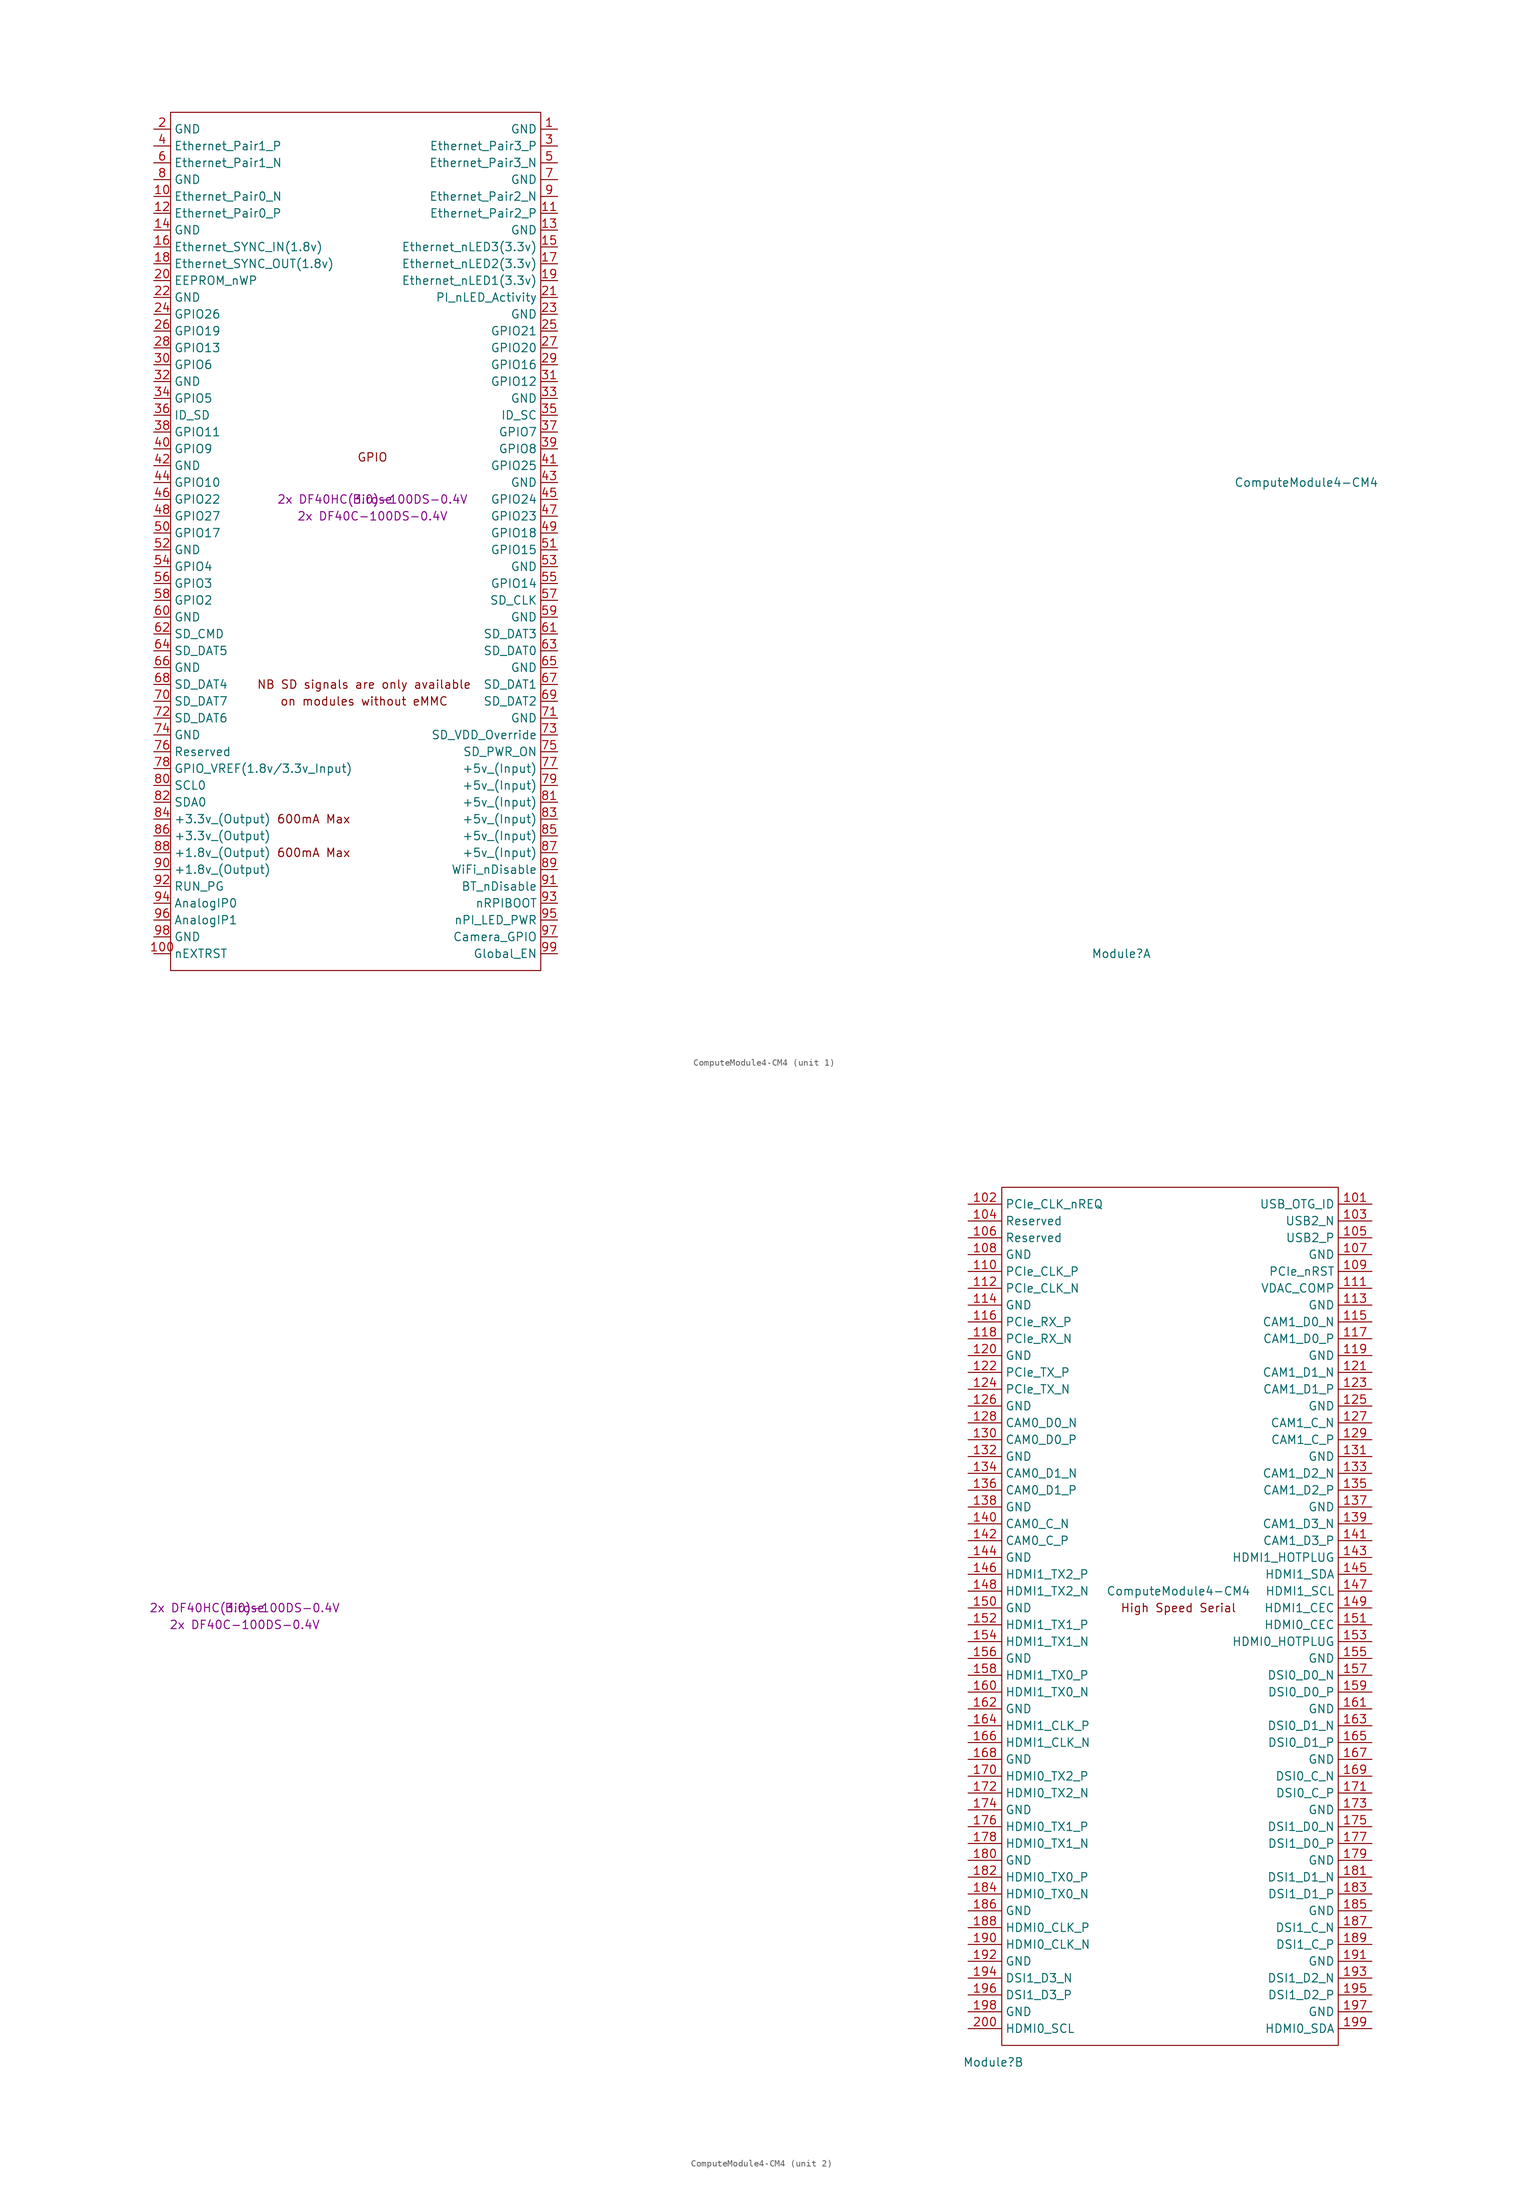
<source format=kicad_sym>
(kicad_symbol_lib
  (version 20241209)
  (generator "kicad_symbol_editor")
  (generator_version "9.0")
  (symbol "ComputeModule4-CM4"
    (property "Reference" "Module"
      (at 113.03 -68.58 0)
      (effects (font (size 1.27 1.27))))
    (property "Value" "ComputeModule4-CM4"
      (at 140.97 2.54 0)
      (effects (font (size 1.27 1.27))))
    (property "Manufacturer" "Hirose"
      (at 0 0 0)
      (effects (font (size 1.27 1.27))))
    (property "MPN" "2x DF40C-100DS-0.4V"
      (at 0 -2.54 0)
      (effects (font (size 1.27 1.27))))
    (property "MPN (Alt)" "2x DF40HC(3.0)-100DS-0.4V"
      (at 0 0 0)
      (effects (font (size 1.27 1.27))))
    (symbol "ComputeModule4-CM4_1_0"
      (text "GPIO" (at 0 6.35 0) (effects (font (size 1.27 1.27)))))
    (symbol "ComputeModule4-CM4_1_1"
      (rectangle (start -30.48 -71.12) (end 25.4 58.42) (stroke (width 0) (type default)) (fill (type none)))
      (text "600mA Max" (at -8.89 -48.26 0) (effects (font (size 1.27 1.27))))
      (text "600mA Max" (at -8.89 -53.34 0) (effects (font (size 1.27 1.27))))
      (text "NB SD signals are only available" (at -1.27 -27.94 0) (effects (font (size 1.27 1.27))))
      (text "on modules without eMMC" (at -1.27 -30.48 0) (effects (font (size 1.27 1.27))))
      (pin power_in line (at -33.02 55.88 0) (length 2.54) (name "GND" (effects (font (size 1.27 1.27)))) (number "2" (effects (font (size 1.27 1.27)))))
      (pin passive line (at -33.02 53.34 0) (length 2.54) (name "Ethernet_Pair1_P" (effects (font (size 1.27 1.27)))) (number "4" (effects (font (size 1.27 1.27)))))
      (pin passive line (at -33.02 50.8 0) (length 2.54) (name "Ethernet_Pair1_N" (effects (font (size 1.27 1.27)))) (number "6" (effects (font (size 1.27 1.27)))))
      (pin power_in line (at -33.02 48.26 0) (length 2.54) (name "GND" (effects (font (size 1.27 1.27)))) (number "8" (effects (font (size 1.27 1.27)))))
      (pin passive line (at -33.02 45.72 0) (length 2.54) (name "Ethernet_Pair0_N" (effects (font (size 1.27 1.27)))) (number "10" (effects (font (size 1.27 1.27)))))
      (pin passive line (at -33.02 43.18 0) (length 2.54) (name "Ethernet_Pair0_P" (effects (font (size 1.27 1.27)))) (number "12" (effects (font (size 1.27 1.27)))))
      (pin power_in line (at -33.02 40.64 0) (length 2.54) (name "GND" (effects (font (size 1.27 1.27)))) (number "14" (effects (font (size 1.27 1.27)))))
      (pin input line (at -33.02 38.1 0) (length 2.54) (name "Ethernet_SYNC_IN(1.8v)" (effects (font (size 1.27 1.27)))) (number "16" (effects (font (size 1.27 1.27)))))
      (pin input line (at -33.02 35.56 0) (length 2.54) (name "Ethernet_SYNC_OUT(1.8v)" (effects (font (size 1.27 1.27)))) (number "18" (effects (font (size 1.27 1.27)))))
      (pin passive line (at -33.02 33.02 0) (length 2.54) (name "EEPROM_nWP" (effects (font (size 1.27 1.27)))) (number "20" (effects (font (size 1.27 1.27)))))
      (pin power_in line (at -33.02 30.48 0) (length 2.54) (name "GND" (effects (font (size 1.27 1.27)))) (number "22" (effects (font (size 1.27 1.27)))))
      (pin passive line (at -33.02 27.94 0) (length 2.54) (name "GPIO26" (effects (font (size 1.27 1.27)))) (number "24" (effects (font (size 1.27 1.27)))))
      (pin passive line (at -33.02 25.4 0) (length 2.54) (name "GPIO19" (effects (font (size 1.27 1.27)))) (number "26" (effects (font (size 1.27 1.27)))))
      (pin passive line (at -33.02 22.86 0) (length 2.54) (name "GPIO13" (effects (font (size 1.27 1.27)))) (number "28" (effects (font (size 1.27 1.27)))))
      (pin passive line (at -33.02 20.32 0) (length 2.54) (name "GPIO6" (effects (font (size 1.27 1.27)))) (number "30" (effects (font (size 1.27 1.27)))))
      (pin power_in line (at -33.02 17.78 0) (length 2.54) (name "GND" (effects (font (size 1.27 1.27)))) (number "32" (effects (font (size 1.27 1.27)))))
      (pin passive line (at -33.02 15.24 0) (length 2.54) (name "GPIO5" (effects (font (size 1.27 1.27)))) (number "34" (effects (font (size 1.27 1.27)))))
      (pin passive line (at -33.02 12.7 0) (length 2.54) (name "ID_SD" (effects (font (size 1.27 1.27)))) (number "36" (effects (font (size 1.27 1.27)))))
      (pin passive line (at -33.02 10.16 0) (length 2.54) (name "GPIO11" (effects (font (size 1.27 1.27)))) (number "38" (effects (font (size 1.27 1.27)))))
      (pin passive line (at -33.02 7.62 0) (length 2.54) (name "GPIO9" (effects (font (size 1.27 1.27)))) (number "40" (effects (font (size 1.27 1.27)))))
      (pin power_in line (at -33.02 5.08 0) (length 2.54) (name "GND" (effects (font (size 1.27 1.27)))) (number "42" (effects (font (size 1.27 1.27)))))
      (pin passive line (at -33.02 2.54 0) (length 2.54) (name "GPIO10" (effects (font (size 1.27 1.27)))) (number "44" (effects (font (size 1.27 1.27)))))
      (pin passive line (at -33.02 0 0) (length 2.54) (name "GPIO22" (effects (font (size 1.27 1.27)))) (number "46" (effects (font (size 1.27 1.27)))))
      (pin passive line (at -33.02 -2.54 0) (length 2.54) (name "GPIO27" (effects (font (size 1.27 1.27)))) (number "48" (effects (font (size 1.27 1.27)))))
      (pin passive line (at -33.02 -5.08 0) (length 2.54) (name "GPIO17" (effects (font (size 1.27 1.27)))) (number "50" (effects (font (size 1.27 1.27)))))
      (pin power_in line (at -33.02 -7.62 0) (length 2.54) (name "GND" (effects (font (size 1.27 1.27)))) (number "52" (effects (font (size 1.27 1.27)))))
      (pin passive line (at -33.02 -10.16 0) (length 2.54) (name "GPIO4" (effects (font (size 1.27 1.27)))) (number "54" (effects (font (size 1.27 1.27)))))
      (pin passive line (at -33.02 -12.7 0) (length 2.54) (name "GPIO3" (effects (font (size 1.27 1.27)))) (number "56" (effects (font (size 1.27 1.27)))))
      (pin passive line (at -33.02 -15.24 0) (length 2.54) (name "GPIO2" (effects (font (size 1.27 1.27)))) (number "58" (effects (font (size 1.27 1.27)))))
      (pin power_in line (at -33.02 -17.78 0) (length 2.54) (name "GND" (effects (font (size 1.27 1.27)))) (number "60" (effects (font (size 1.27 1.27)))))
      (pin passive line (at -33.02 -20.32 0) (length 2.54) (name "SD_CMD" (effects (font (size 1.27 1.27)))) (number "62" (effects (font (size 1.27 1.27)))))
      (pin passive line (at -33.02 -22.86 0) (length 2.54) (name "SD_DAT5" (effects (font (size 1.27 1.27)))) (number "64" (effects (font (size 1.27 1.27)))))
      (pin power_in line (at -33.02 -25.4 0) (length 2.54) (name "GND" (effects (font (size 1.27 1.27)))) (number "66" (effects (font (size 1.27 1.27)))))
      (pin passive line (at -33.02 -27.94 0) (length 2.54) (name "SD_DAT4" (effects (font (size 1.27 1.27)))) (number "68" (effects (font (size 1.27 1.27)))))
      (pin passive line (at -33.02 -30.48 0) (length 2.54) (name "SD_DAT7" (effects (font (size 1.27 1.27)))) (number "70" (effects (font (size 1.27 1.27)))))
      (pin passive line (at -33.02 -33.02 0) (length 2.54) (name "SD_DAT6" (effects (font (size 1.27 1.27)))) (number "72" (effects (font (size 1.27 1.27)))))
      (pin power_in line (at -33.02 -35.56 0) (length 2.54) (name "GND" (effects (font (size 1.27 1.27)))) (number "74" (effects (font (size 1.27 1.27)))))
      (pin passive line (at -33.02 -38.1 0) (length 2.54) (name "Reserved" (effects (font (size 1.27 1.27)))) (number "76" (effects (font (size 1.27 1.27)))))
      (pin power_in line (at -33.02 -40.64 0) (length 2.54) (name "GPIO_VREF(1.8v/3.3v_Input)" (effects (font (size 1.27 1.27)))) (number "78" (effects (font (size 1.27 1.27)))))
      (pin passive line (at -33.02 -43.18 0) (length 2.54) (name "SCL0" (effects (font (size 1.27 1.27)))) (number "80" (effects (font (size 1.27 1.27)))))
      (pin passive line (at -33.02 -45.72 0) (length 2.54) (name "SDA0" (effects (font (size 1.27 1.27)))) (number "82" (effects (font (size 1.27 1.27)))))
      (pin power_out line (at -33.02 -48.26 0) (length 2.54) (name "+3.3v_(Output)" (effects (font (size 1.27 1.27)))) (number "84" (effects (font (size 1.27 1.27)))))
      (pin power_out line (at -33.02 -50.8 0) (length 2.54) (name "+3.3v_(Output)" (effects (font (size 1.27 1.27)))) (number "86" (effects (font (size 1.27 1.27)))))
      (pin power_out line (at -33.02 -53.34 0) (length 2.54) (name "+1.8v_(Output)" (effects (font (size 1.27 1.27)))) (number "88" (effects (font (size 1.27 1.27)))))
      (pin power_out line (at -33.02 -55.88 0) (length 2.54) (name "+1.8v_(Output)" (effects (font (size 1.27 1.27)))) (number "90" (effects (font (size 1.27 1.27)))))
      (pin passive line (at -33.02 -58.42 0) (length 2.54) (name "RUN_PG" (effects (font (size 1.27 1.27)))) (number "92" (effects (font (size 1.27 1.27)))))
      (pin passive line (at -33.02 -60.96 0) (length 2.54) (name "AnalogIP0" (effects (font (size 1.27 1.27)))) (number "94" (effects (font (size 1.27 1.27)))))
      (pin passive line (at -33.02 -63.5 0) (length 2.54) (name "AnalogIP1" (effects (font (size 1.27 1.27)))) (number "96" (effects (font (size 1.27 1.27)))))
      (pin power_in line (at -33.02 -66.04 0) (length 2.54) (name "GND" (effects (font (size 1.27 1.27)))) (number "98" (effects (font (size 1.27 1.27)))))
      (pin output line (at -33.02 -68.58 0) (length 2.54) (name "nEXTRST" (effects (font (size 1.27 1.27)))) (number "100" (effects (font (size 1.27 1.27)))))
      (pin power_in line (at 27.94 55.88 180) (length 2.54) (name "GND" (effects (font (size 1.27 1.27)))) (number "1" (effects (font (size 1.27 1.27)))))
      (pin passive line (at 27.94 53.34 180) (length 2.54) (name "Ethernet_Pair3_P" (effects (font (size 1.27 1.27)))) (number "3" (effects (font (size 1.27 1.27)))))
      (pin passive line (at 27.94 50.8 180) (length 2.54) (name "Ethernet_Pair3_N" (effects (font (size 1.27 1.27)))) (number "5" (effects (font (size 1.27 1.27)))))
      (pin power_in line (at 27.94 48.26 180) (length 2.54) (name "GND" (effects (font (size 1.27 1.27)))) (number "7" (effects (font (size 1.27 1.27)))))
      (pin passive line (at 27.94 45.72 180) (length 2.54) (name "Ethernet_Pair2_N" (effects (font (size 1.27 1.27)))) (number "9" (effects (font (size 1.27 1.27)))))
      (pin passive line (at 27.94 43.18 180) (length 2.54) (name "Ethernet_Pair2_P" (effects (font (size 1.27 1.27)))) (number "11" (effects (font (size 1.27 1.27)))))
      (pin power_in line (at 27.94 40.64 180) (length 2.54) (name "GND" (effects (font (size 1.27 1.27)))) (number "13" (effects (font (size 1.27 1.27)))))
      (pin output line (at 27.94 38.1 180) (length 2.54) (name "Ethernet_nLED3(3.3v)" (effects (font (size 1.27 1.27)))) (number "15" (effects (font (size 1.27 1.27)))))
      (pin output line (at 27.94 35.56 180) (length 2.54) (name "Ethernet_nLED2(3.3v)" (effects (font (size 1.27 1.27)))) (number "17" (effects (font (size 1.27 1.27)))))
      (pin output line (at 27.94 33.02 180) (length 2.54) (name "Ethernet_nLED1(3.3v)" (effects (font (size 1.27 1.27)))) (number "19" (effects (font (size 1.27 1.27)))))
      (pin open_collector line (at 27.94 30.48 180) (length 2.54) (name "PI_nLED_Activity" (effects (font (size 1.27 1.27)))) (number "21" (effects (font (size 1.27 1.27)))))
      (pin power_in line (at 27.94 27.94 180) (length 2.54) (name "GND" (effects (font (size 1.27 1.27)))) (number "23" (effects (font (size 1.27 1.27)))))
      (pin passive line (at 27.94 25.4 180) (length 2.54) (name "GPIO21" (effects (font (size 1.27 1.27)))) (number "25" (effects (font (size 1.27 1.27)))))
      (pin passive line (at 27.94 22.86 180) (length 2.54) (name "GPIO20" (effects (font (size 1.27 1.27)))) (number "27" (effects (font (size 1.27 1.27)))))
      (pin passive line (at 27.94 20.32 180) (length 2.54) (name "GPIO16" (effects (font (size 1.27 1.27)))) (number "29" (effects (font (size 1.27 1.27)))))
      (pin passive line (at 27.94 17.78 180) (length 2.54) (name "GPIO12" (effects (font (size 1.27 1.27)))) (number "31" (effects (font (size 1.27 1.27)))))
      (pin power_in line (at 27.94 15.24 180) (length 2.54) (name "GND" (effects (font (size 1.27 1.27)))) (number "33" (effects (font (size 1.27 1.27)))))
      (pin passive line (at 27.94 12.7 180) (length 2.54) (name "ID_SC" (effects (font (size 1.27 1.27)))) (number "35" (effects (font (size 1.27 1.27)))))
      (pin passive line (at 27.94 10.16 180) (length 2.54) (name "GPIO7" (effects (font (size 1.27 1.27)))) (number "37" (effects (font (size 1.27 1.27)))))
      (pin passive line (at 27.94 7.62 180) (length 2.54) (name "GPIO8" (effects (font (size 1.27 1.27)))) (number "39" (effects (font (size 1.27 1.27)))))
      (pin passive line (at 27.94 5.08 180) (length 2.54) (name "GPIO25" (effects (font (size 1.27 1.27)))) (number "41" (effects (font (size 1.27 1.27)))))
      (pin power_in line (at 27.94 2.54 180) (length 2.54) (name "GND" (effects (font (size 1.27 1.27)))) (number "43" (effects (font (size 1.27 1.27)))))
      (pin passive line (at 27.94 0 180) (length 2.54) (name "GPIO24" (effects (font (size 1.27 1.27)))) (number "45" (effects (font (size 1.27 1.27)))))
      (pin passive line (at 27.94 -2.54 180) (length 2.54) (name "GPIO23" (effects (font (size 1.27 1.27)))) (number "47" (effects (font (size 1.27 1.27)))))
      (pin passive line (at 27.94 -5.08 180) (length 2.54) (name "GPIO18" (effects (font (size 1.27 1.27)))) (number "49" (effects (font (size 1.27 1.27)))))
      (pin passive line (at 27.94 -7.62 180) (length 2.54) (name "GPIO15" (effects (font (size 1.27 1.27)))) (number "51" (effects (font (size 1.27 1.27)))))
      (pin power_in line (at 27.94 -10.16 180) (length 2.54) (name "GND" (effects (font (size 1.27 1.27)))) (number "53" (effects (font (size 1.27 1.27)))))
      (pin passive line (at 27.94 -12.7 180) (length 2.54) (name "GPIO14" (effects (font (size 1.27 1.27)))) (number "55" (effects (font (size 1.27 1.27)))))
      (pin passive line (at 27.94 -15.24 180) (length 2.54) (name "SD_CLK" (effects (font (size 1.27 1.27)))) (number "57" (effects (font (size 1.27 1.27)))))
      (pin power_in line (at 27.94 -17.78 180) (length 2.54) (name "GND" (effects (font (size 1.27 1.27)))) (number "59" (effects (font (size 1.27 1.27)))))
      (pin passive line (at 27.94 -20.32 180) (length 2.54) (name "SD_DAT3" (effects (font (size 1.27 1.27)))) (number "61" (effects (font (size 1.27 1.27)))))
      (pin passive line (at 27.94 -22.86 180) (length 2.54) (name "SD_DAT0" (effects (font (size 1.27 1.27)))) (number "63" (effects (font (size 1.27 1.27)))))
      (pin power_in line (at 27.94 -25.4 180) (length 2.54) (name "GND" (effects (font (size 1.27 1.27)))) (number "65" (effects (font (size 1.27 1.27)))))
      (pin passive line (at 27.94 -27.94 180) (length 2.54) (name "SD_DAT1" (effects (font (size 1.27 1.27)))) (number "67" (effects (font (size 1.27 1.27)))))
      (pin passive line (at 27.94 -30.48 180) (length 2.54) (name "SD_DAT2" (effects (font (size 1.27 1.27)))) (number "69" (effects (font (size 1.27 1.27)))))
      (pin power_in line (at 27.94 -33.02 180) (length 2.54) (name "GND" (effects (font (size 1.27 1.27)))) (number "71" (effects (font (size 1.27 1.27)))))
      (pin input line (at 27.94 -35.56 180) (length 2.54) (name "SD_VDD_Override" (effects (font (size 1.27 1.27)))) (number "73" (effects (font (size 1.27 1.27)))))
      (pin output line (at 27.94 -38.1 180) (length 2.54) (name "SD_PWR_ON" (effects (font (size 1.27 1.27)))) (number "75" (effects (font (size 1.27 1.27)))))
      (pin power_in line (at 27.94 -40.64 180) (length 2.54) (name "+5v_(Input)" (effects (font (size 1.27 1.27)))) (number "77" (effects (font (size 1.27 1.27)))))
      (pin power_in line (at 27.94 -43.18 180) (length 2.54) (name "+5v_(Input)" (effects (font (size 1.27 1.27)))) (number "79" (effects (font (size 1.27 1.27)))))
      (pin power_in line (at 27.94 -45.72 180) (length 2.54) (name "+5v_(Input)" (effects (font (size 1.27 1.27)))) (number "81" (effects (font (size 1.27 1.27)))))
      (pin power_in line (at 27.94 -48.26 180) (length 2.54) (name "+5v_(Input)" (effects (font (size 1.27 1.27)))) (number "83" (effects (font (size 1.27 1.27)))))
      (pin power_in line (at 27.94 -50.8 180) (length 2.54) (name "+5v_(Input)" (effects (font (size 1.27 1.27)))) (number "85" (effects (font (size 1.27 1.27)))))
      (pin power_in line (at 27.94 -53.34 180) (length 2.54) (name "+5v_(Input)" (effects (font (size 1.27 1.27)))) (number "87" (effects (font (size 1.27 1.27)))))
      (pin power_in line (at 27.94 -55.88 180) (length 2.54) (name "WiFi_nDisable" (effects (font (size 1.27 1.27)))) (number "89" (effects (font (size 1.27 1.27)))))
      (pin power_in line (at 27.94 -58.42 180) (length 2.54) (name "BT_nDisable" (effects (font (size 1.27 1.27)))) (number "91" (effects (font (size 1.27 1.27)))))
      (pin input line (at 27.94 -60.96 180) (length 2.54) (name "nRPIBOOT" (effects (font (size 1.27 1.27)))) (number "93" (effects (font (size 1.27 1.27)))))
      (pin output line (at 27.94 -63.5 180) (length 2.54) (name "nPI_LED_PWR" (effects (font (size 1.27 1.27)))) (number "95" (effects (font (size 1.27 1.27)))))
      (pin passive line (at 27.94 -66.04 180) (length 2.54) (name "Camera_GPIO" (effects (font (size 1.27 1.27)))) (number "97" (effects (font (size 1.27 1.27)))))
      (pin input line (at 27.94 -68.58 180) (length 2.54) (name "Global_EN" (effects (font (size 1.27 1.27)))) (number "99" (effects (font (size 1.27 1.27))))))
    (symbol "ComputeModule4-CM4_2_1"
      (rectangle (start 114.3 -66.04) (end 165.1 63.5) (stroke (width 0) (type default)) (fill (type none)))
      (text "High Speed Serial" (at 140.97 0 0) (effects (font (size 1.27 1.27))))
      (pin input line (at 109.22 60.96 0) (length 5.08) (name "PCIe_CLK_nREQ" (effects (font (size 1.27 1.27)))) (number "102" (effects (font (size 1.27 1.27)))))
      (pin passive line (at 109.22 58.42 0) (length 5.08) (name "Reserved" (effects (font (size 1.27 1.27)))) (number "104" (effects (font (size 1.27 1.27)))))
      (pin passive line (at 109.22 55.88 0) (length 5.08) (name "Reserved" (effects (font (size 1.27 1.27)))) (number "106" (effects (font (size 1.27 1.27)))))
      (pin power_in line (at 109.22 53.34 0) (length 5.08) (name "GND" (effects (font (size 1.27 1.27)))) (number "108" (effects (font (size 1.27 1.27)))))
      (pin output line (at 109.22 50.8 0) (length 5.08) (name "PCIe_CLK_P" (effects (font (size 1.27 1.27)))) (number "110" (effects (font (size 1.27 1.27)))))
      (pin output line (at 109.22 48.26 0) (length 5.08) (name "PCIe_CLK_N" (effects (font (size 1.27 1.27)))) (number "112" (effects (font (size 1.27 1.27)))))
      (pin power_in line (at 109.22 45.72 0) (length 5.08) (name "GND" (effects (font (size 1.27 1.27)))) (number "114" (effects (font (size 1.27 1.27)))))
      (pin input line (at 109.22 43.18 0) (length 5.08) (name "PCIe_RX_P" (effects (font (size 1.27 1.27)))) (number "116" (effects (font (size 1.27 1.27)))))
      (pin input line (at 109.22 40.64 0) (length 5.08) (name "PCIe_RX_N" (effects (font (size 1.27 1.27)))) (number "118" (effects (font (size 1.27 1.27)))))
      (pin power_in line (at 109.22 38.1 0) (length 5.08) (name "GND" (effects (font (size 1.27 1.27)))) (number "120" (effects (font (size 1.27 1.27)))))
      (pin output line (at 109.22 35.56 0) (length 5.08) (name "PCIe_TX_P" (effects (font (size 1.27 1.27)))) (number "122" (effects (font (size 1.27 1.27)))))
      (pin output line (at 109.22 33.02 0) (length 5.08) (name "PCIe_TX_N" (effects (font (size 1.27 1.27)))) (number "124" (effects (font (size 1.27 1.27)))))
      (pin power_in line (at 109.22 30.48 0) (length 5.08) (name "GND" (effects (font (size 1.27 1.27)))) (number "126" (effects (font (size 1.27 1.27)))))
      (pin input line (at 109.22 27.94 0) (length 5.08) (name "CAM0_D0_N" (effects (font (size 1.27 1.27)))) (number "128" (effects (font (size 1.27 1.27)))))
      (pin input line (at 109.22 25.4 0) (length 5.08) (name "CAM0_D0_P" (effects (font (size 1.27 1.27)))) (number "130" (effects (font (size 1.27 1.27)))))
      (pin power_in line (at 109.22 22.86 0) (length 5.08) (name "GND" (effects (font (size 1.27 1.27)))) (number "132" (effects (font (size 1.27 1.27)))))
      (pin input line (at 109.22 20.32 0) (length 5.08) (name "CAM0_D1_N" (effects (font (size 1.27 1.27)))) (number "134" (effects (font (size 1.27 1.27)))))
      (pin input line (at 109.22 17.78 0) (length 5.08) (name "CAM0_D1_P" (effects (font (size 1.27 1.27)))) (number "136" (effects (font (size 1.27 1.27)))))
      (pin power_in line (at 109.22 15.24 0) (length 5.08) (name "GND" (effects (font (size 1.27 1.27)))) (number "138" (effects (font (size 1.27 1.27)))))
      (pin input line (at 109.22 12.7 0) (length 5.08) (name "CAM0_C_N" (effects (font (size 1.27 1.27)))) (number "140" (effects (font (size 1.27 1.27)))))
      (pin input line (at 109.22 10.16 0) (length 5.08) (name "CAM0_C_P" (effects (font (size 1.27 1.27)))) (number "142" (effects (font (size 1.27 1.27)))))
      (pin power_in line (at 109.22 7.62 0) (length 5.08) (name "GND" (effects (font (size 1.27 1.27)))) (number "144" (effects (font (size 1.27 1.27)))))
      (pin output line (at 109.22 5.08 0) (length 5.08) (name "HDMI1_TX2_P" (effects (font (size 1.27 1.27)))) (number "146" (effects (font (size 1.27 1.27)))))
      (pin output line (at 109.22 2.54 0) (length 5.08) (name "HDMI1_TX2_N" (effects (font (size 1.27 1.27)))) (number "148" (effects (font (size 1.27 1.27)))))
      (pin power_in line (at 109.22 0 0) (length 5.08) (name "GND" (effects (font (size 1.27 1.27)))) (number "150" (effects (font (size 1.27 1.27)))))
      (pin output line (at 109.22 -2.54 0) (length 5.08) (name "HDMI1_TX1_P" (effects (font (size 1.27 1.27)))) (number "152" (effects (font (size 1.27 1.27)))))
      (pin output line (at 109.22 -5.08 0) (length 5.08) (name "HDMI1_TX1_N" (effects (font (size 1.27 1.27)))) (number "154" (effects (font (size 1.27 1.27)))))
      (pin power_in line (at 109.22 -7.62 0) (length 5.08) (name "GND" (effects (font (size 1.27 1.27)))) (number "156" (effects (font (size 1.27 1.27)))))
      (pin output line (at 109.22 -10.16 0) (length 5.08) (name "HDMI1_TX0_P" (effects (font (size 1.27 1.27)))) (number "158" (effects (font (size 1.27 1.27)))))
      (pin output line (at 109.22 -12.7 0) (length 5.08) (name "HDMI1_TX0_N" (effects (font (size 1.27 1.27)))) (number "160" (effects (font (size 1.27 1.27)))))
      (pin power_in line (at 109.22 -15.24 0) (length 5.08) (name "GND" (effects (font (size 1.27 1.27)))) (number "162" (effects (font (size 1.27 1.27)))))
      (pin output line (at 109.22 -17.78 0) (length 5.08) (name "HDMI1_CLK_P" (effects (font (size 1.27 1.27)))) (number "164" (effects (font (size 1.27 1.27)))))
      (pin output line (at 109.22 -20.32 0) (length 5.08) (name "HDMI1_CLK_N" (effects (font (size 1.27 1.27)))) (number "166" (effects (font (size 1.27 1.27)))))
      (pin power_in line (at 109.22 -22.86 0) (length 5.08) (name "GND" (effects (font (size 1.27 1.27)))) (number "168" (effects (font (size 1.27 1.27)))))
      (pin output line (at 109.22 -25.4 0) (length 5.08) (name "HDMI0_TX2_P" (effects (font (size 1.27 1.27)))) (number "170" (effects (font (size 1.27 1.27)))))
      (pin output line (at 109.22 -27.94 0) (length 5.08) (name "HDMI0_TX2_N" (effects (font (size 1.27 1.27)))) (number "172" (effects (font (size 1.27 1.27)))))
      (pin power_in line (at 109.22 -30.48 0) (length 5.08) (name "GND" (effects (font (size 1.27 1.27)))) (number "174" (effects (font (size 1.27 1.27)))))
      (pin output line (at 109.22 -33.02 0) (length 5.08) (name "HDMI0_TX1_P" (effects (font (size 1.27 1.27)))) (number "176" (effects (font (size 1.27 1.27)))))
      (pin output line (at 109.22 -35.56 0) (length 5.08) (name "HDMI0_TX1_N" (effects (font (size 1.27 1.27)))) (number "178" (effects (font (size 1.27 1.27)))))
      (pin power_in line (at 109.22 -38.1 0) (length 5.08) (name "GND" (effects (font (size 1.27 1.27)))) (number "180" (effects (font (size 1.27 1.27)))))
      (pin output line (at 109.22 -40.64 0) (length 5.08) (name "HDMI0_TX0_P" (effects (font (size 1.27 1.27)))) (number "182" (effects (font (size 1.27 1.27)))))
      (pin output line (at 109.22 -43.18 0) (length 5.08) (name "HDMI0_TX0_N" (effects (font (size 1.27 1.27)))) (number "184" (effects (font (size 1.27 1.27)))))
      (pin power_in line (at 109.22 -45.72 0) (length 5.08) (name "GND" (effects (font (size 1.27 1.27)))) (number "186" (effects (font (size 1.27 1.27)))))
      (pin output line (at 109.22 -48.26 0) (length 5.08) (name "HDMI0_CLK_P" (effects (font (size 1.27 1.27)))) (number "188" (effects (font (size 1.27 1.27)))))
      (pin output line (at 109.22 -50.8 0) (length 5.08) (name "HDMI0_CLK_N" (effects (font (size 1.27 1.27)))) (number "190" (effects (font (size 1.27 1.27)))))
      (pin power_in line (at 109.22 -53.34 0) (length 5.08) (name "GND" (effects (font (size 1.27 1.27)))) (number "192" (effects (font (size 1.27 1.27)))))
      (pin output line (at 109.22 -55.88 0) (length 5.08) (name "DSI1_D3_N" (effects (font (size 1.27 1.27)))) (number "194" (effects (font (size 1.27 1.27)))))
      (pin output line (at 109.22 -58.42 0) (length 5.08) (name "DSI1_D3_P" (effects (font (size 1.27 1.27)))) (number "196" (effects (font (size 1.27 1.27)))))
      (pin power_in line (at 109.22 -60.96 0) (length 5.08) (name "GND" (effects (font (size 1.27 1.27)))) (number "198" (effects (font (size 1.27 1.27)))))
      (pin open_collector line (at 109.22 -63.5 0) (length 5.08) (name "HDMI0_SCL" (effects (font (size 1.27 1.27)))) (number "200" (effects (font (size 1.27 1.27)))))
      (pin input line (at 170.18 60.96 180) (length 5.08) (name "USB_OTG_ID" (effects (font (size 1.27 1.27)))) (number "101" (effects (font (size 1.27 1.27)))))
      (pin passive line (at 170.18 58.42 180) (length 5.08) (name "USB2_N" (effects (font (size 1.27 1.27)))) (number "103" (effects (font (size 1.27 1.27)))))
      (pin passive line (at 170.18 55.88 180) (length 5.08) (name "USB2_P" (effects (font (size 1.27 1.27)))) (number "105" (effects (font (size 1.27 1.27)))))
      (pin power_in line (at 170.18 53.34 180) (length 5.08) (name "GND" (effects (font (size 1.27 1.27)))) (number "107" (effects (font (size 1.27 1.27)))))
      (pin bidirectional line (at 170.18 50.8 180) (length 5.08) (name "PCIe_nRST" (effects (font (size 1.27 1.27)))) (number "109" (effects (font (size 1.27 1.27)))))
      (pin passive line (at 170.18 48.26 180) (length 5.08) (name "VDAC_COMP" (effects (font (size 1.27 1.27)))) (number "111" (effects (font (size 1.27 1.27)))))
      (pin power_in line (at 170.18 45.72 180) (length 5.08) (name "GND" (effects (font (size 1.27 1.27)))) (number "113" (effects (font (size 1.27 1.27)))))
      (pin input line (at 170.18 43.18 180) (length 5.08) (name "CAM1_D0_N" (effects (font (size 1.27 1.27)))) (number "115" (effects (font (size 1.27 1.27)))))
      (pin input line (at 170.18 40.64 180) (length 5.08) (name "CAM1_D0_P" (effects (font (size 1.27 1.27)))) (number "117" (effects (font (size 1.27 1.27)))))
      (pin power_in line (at 170.18 38.1 180) (length 5.08) (name "GND" (effects (font (size 1.27 1.27)))) (number "119" (effects (font (size 1.27 1.27)))))
      (pin input line (at 170.18 35.56 180) (length 5.08) (name "CAM1_D1_N" (effects (font (size 1.27 1.27)))) (number "121" (effects (font (size 1.27 1.27)))))
      (pin input line (at 170.18 33.02 180) (length 5.08) (name "CAM1_D1_P" (effects (font (size 1.27 1.27)))) (number "123" (effects (font (size 1.27 1.27)))))
      (pin power_in line (at 170.18 30.48 180) (length 5.08) (name "GND" (effects (font (size 1.27 1.27)))) (number "125" (effects (font (size 1.27 1.27)))))
      (pin input line (at 170.18 27.94 180) (length 5.08) (name "CAM1_C_N" (effects (font (size 1.27 1.27)))) (number "127" (effects (font (size 1.27 1.27)))))
      (pin input line (at 170.18 25.4 180) (length 5.08) (name "CAM1_C_P" (effects (font (size 1.27 1.27)))) (number "129" (effects (font (size 1.27 1.27)))))
      (pin power_in line (at 170.18 22.86 180) (length 5.08) (name "GND" (effects (font (size 1.27 1.27)))) (number "131" (effects (font (size 1.27 1.27)))))
      (pin input line (at 170.18 20.32 180) (length 5.08) (name "CAM1_D2_N" (effects (font (size 1.27 1.27)))) (number "133" (effects (font (size 1.27 1.27)))))
      (pin input line (at 170.18 17.78 180) (length 5.08) (name "CAM1_D2_P" (effects (font (size 1.27 1.27)))) (number "135" (effects (font (size 1.27 1.27)))))
      (pin power_in line (at 170.18 15.24 180) (length 5.08) (name "GND" (effects (font (size 1.27 1.27)))) (number "137" (effects (font (size 1.27 1.27)))))
      (pin input line (at 170.18 12.7 180) (length 5.08) (name "CAM1_D3_N" (effects (font (size 1.27 1.27)))) (number "139" (effects (font (size 1.27 1.27)))))
      (pin input line (at 170.18 10.16 180) (length 5.08) (name "CAM1_D3_P" (effects (font (size 1.27 1.27)))) (number "141" (effects (font (size 1.27 1.27)))))
      (pin input line (at 170.18 7.62 180) (length 5.08) (name "HDMI1_HOTPLUG" (effects (font (size 1.27 1.27)))) (number "143" (effects (font (size 1.27 1.27)))))
      (pin bidirectional line (at 170.18 5.08 180) (length 5.08) (name "HDMI1_SDA" (effects (font (size 1.27 1.27)))) (number "145" (effects (font (size 1.27 1.27)))))
      (pin open_collector line (at 170.18 2.54 180) (length 5.08) (name "HDMI1_SCL" (effects (font (size 1.27 1.27)))) (number "147" (effects (font (size 1.27 1.27)))))
      (pin open_collector line (at 170.18 0 180) (length 5.08) (name "HDMI1_CEC" (effects (font (size 1.27 1.27)))) (number "149" (effects (font (size 1.27 1.27)))))
      (pin open_collector line (at 170.18 -2.54 180) (length 5.08) (name "HDMI0_CEC" (effects (font (size 1.27 1.27)))) (number "151" (effects (font (size 1.27 1.27)))))
      (pin input line (at 170.18 -5.08 180) (length 5.08) (name "HDMI0_HOTPLUG" (effects (font (size 1.27 1.27)))) (number "153" (effects (font (size 1.27 1.27)))))
      (pin power_in line (at 170.18 -7.62 180) (length 5.08) (name "GND" (effects (font (size 1.27 1.27)))) (number "155" (effects (font (size 1.27 1.27)))))
      (pin output line (at 170.18 -10.16 180) (length 5.08) (name "DSI0_D0_N" (effects (font (size 1.27 1.27)))) (number "157" (effects (font (size 1.27 1.27)))))
      (pin output line (at 170.18 -12.7 180) (length 5.08) (name "DSI0_D0_P" (effects (font (size 1.27 1.27)))) (number "159" (effects (font (size 1.27 1.27)))))
      (pin power_in line (at 170.18 -15.24 180) (length 5.08) (name "GND" (effects (font (size 1.27 1.27)))) (number "161" (effects (font (size 1.27 1.27)))))
      (pin output line (at 170.18 -17.78 180) (length 5.08) (name "DSI0_D1_N" (effects (font (size 1.27 1.27)))) (number "163" (effects (font (size 1.27 1.27)))))
      (pin output line (at 170.18 -20.32 180) (length 5.08) (name "DSI0_D1_P" (effects (font (size 1.27 1.27)))) (number "165" (effects (font (size 1.27 1.27)))))
      (pin power_in line (at 170.18 -22.86 180) (length 5.08) (name "GND" (effects (font (size 1.27 1.27)))) (number "167" (effects (font (size 1.27 1.27)))))
      (pin output line (at 170.18 -25.4 180) (length 5.08) (name "DSI0_C_N" (effects (font (size 1.27 1.27)))) (number "169" (effects (font (size 1.27 1.27)))))
      (pin output line (at 170.18 -27.94 180) (length 5.08) (name "DSI0_C_P" (effects (font (size 1.27 1.27)))) (number "171" (effects (font (size 1.27 1.27)))))
      (pin power_in line (at 170.18 -30.48 180) (length 5.08) (name "GND" (effects (font (size 1.27 1.27)))) (number "173" (effects (font (size 1.27 1.27)))))
      (pin output line (at 170.18 -33.02 180) (length 5.08) (name "DSI1_D0_N" (effects (font (size 1.27 1.27)))) (number "175" (effects (font (size 1.27 1.27)))))
      (pin output line (at 170.18 -35.56 180) (length 5.08) (name "DSI1_D0_P" (effects (font (size 1.27 1.27)))) (number "177" (effects (font (size 1.27 1.27)))))
      (pin power_in line (at 170.18 -38.1 180) (length 5.08) (name "GND" (effects (font (size 1.27 1.27)))) (number "179" (effects (font (size 1.27 1.27)))))
      (pin output line (at 170.18 -40.64 180) (length 5.08) (name "DSI1_D1_N" (effects (font (size 1.27 1.27)))) (number "181" (effects (font (size 1.27 1.27)))))
      (pin output line (at 170.18 -43.18 180) (length 5.08) (name "DSI1_D1_P" (effects (font (size 1.27 1.27)))) (number "183" (effects (font (size 1.27 1.27)))))
      (pin power_in line (at 170.18 -45.72 180) (length 5.08) (name "GND" (effects (font (size 1.27 1.27)))) (number "185" (effects (font (size 1.27 1.27)))))
      (pin output line (at 170.18 -48.26 180) (length 5.08) (name "DSI1_C_N" (effects (font (size 1.27 1.27)))) (number "187" (effects (font (size 1.27 1.27)))))
      (pin output line (at 170.18 -50.8 180) (length 5.08) (name "DSI1_C_P" (effects (font (size 1.27 1.27)))) (number "189" (effects (font (size 1.27 1.27)))))
      (pin power_in line (at 170.18 -53.34 180) (length 5.08) (name "GND" (effects (font (size 1.27 1.27)))) (number "191" (effects (font (size 1.27 1.27)))))
      (pin output line (at 170.18 -55.88 180) (length 5.08) (name "DSI1_D2_N" (effects (font (size 1.27 1.27)))) (number "193" (effects (font (size 1.27 1.27)))))
      (pin output line (at 170.18 -58.42 180) (length 5.08) (name "DSI1_D2_P" (effects (font (size 1.27 1.27)))) (number "195" (effects (font (size 1.27 1.27)))))
      (pin power_in line (at 170.18 -60.96 180) (length 5.08) (name "GND" (effects (font (size 1.27 1.27)))) (number "197" (effects (font (size 1.27 1.27)))))
      (pin bidirectional line (at 170.18 -63.5 180) (length 5.08) (name "HDMI0_SDA" (effects (font (size 1.27 1.27)))) (number "199" (effects (font (size 1.27 1.27))))))))
</source>
